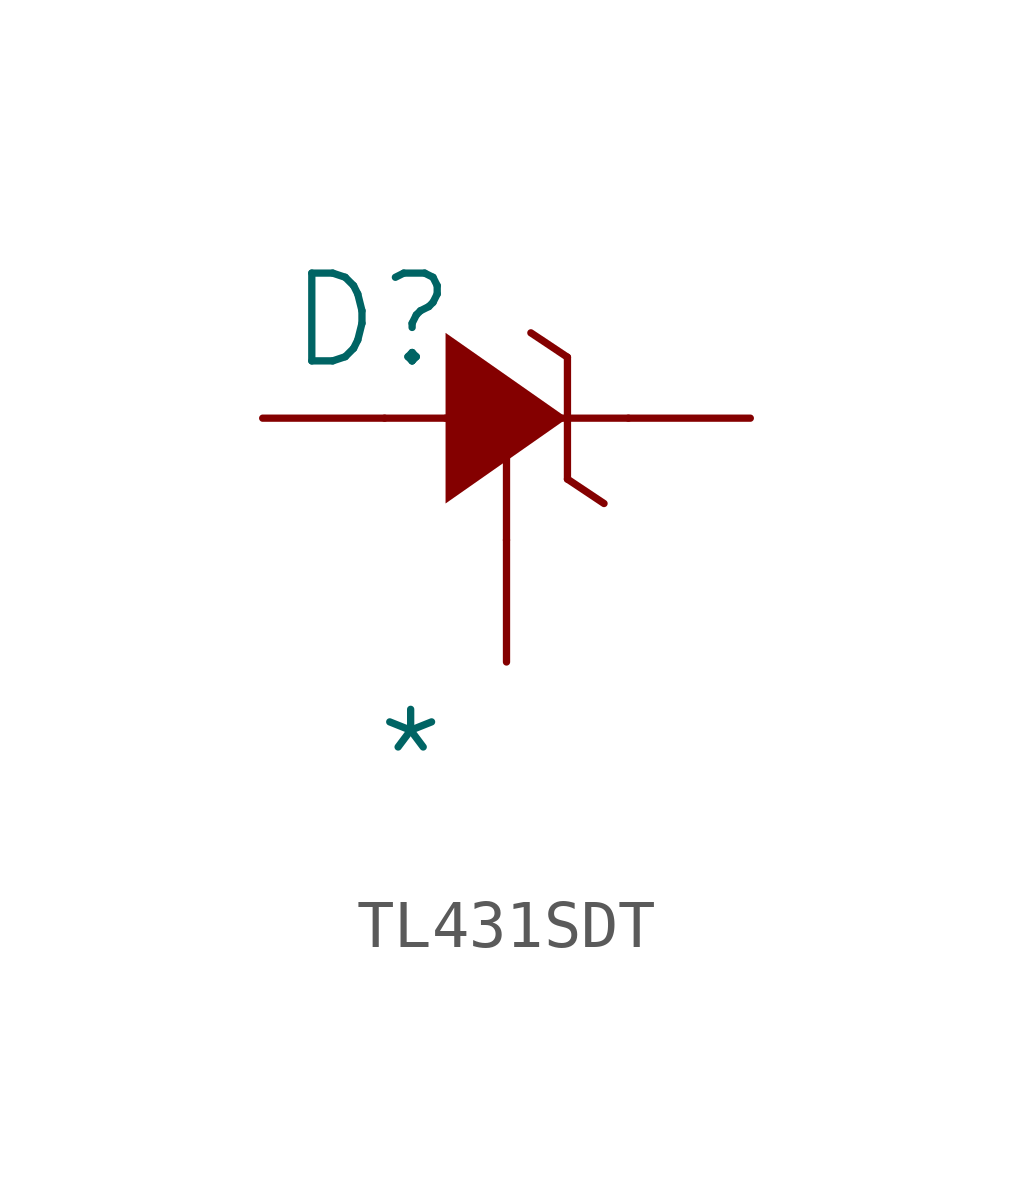
<source format=kicad_sym>
(kicad_symbol_lib
  (version 20241209)
  (generator "kicad_symbol_editor")
  (generator_version "9.0")
  (symbol "TL431SDT"
    (pin_numbers
      (hide yes))
    (pin_names
      (hide yes))
    (property "Reference" "D"
      (at -0.254 -0.508 0)
      (effects (font (size 1.829 1.829))))
    (property "Value" "*"
      (at -0.254 -10.668 0)
      (effects (font (size 1.829 1.829)) (justify left bottom)))
    (symbol "TL431SDT_1_0"
      (polyline (pts (xy 0 -2.54) (xy 2.54 -2.54)) (stroke (width 0) (type solid)) (fill (type none)))
      (polyline (pts (xy 1.27 -2.54) (xy 5.08 -2.54)) (stroke (width 0) (type solid)) (fill (type none)))
      (polyline (pts (xy 2.54 -2.54) (xy 2.54 -5.08)) (stroke (width 0) (type solid)) (fill (type none)))
      (polyline (pts (xy 3.048 -0.762) (xy 3.81 -1.27)) (stroke (width 0) (type solid)) (fill (type none)))
      (polyline (pts (xy 3.81 -1.27) (xy 3.81 -3.81)) (stroke (width 0) (type solid)) (fill (type none)))
      (polyline (pts (xy 3.81 -2.54) (xy 3.81 -2.54) (xy 1.27 -4.318) (xy 1.27 -0.762) (xy 3.81 -2.54) (xy 3.81 -2.54)) (stroke (width -0.0001) (type solid)) (fill (type outline)))
      (polyline (pts (xy 3.81 -3.81) (xy 4.572 -4.318)) (stroke (width 0) (type solid)) (fill (type none)))
      (pin passive line (at -2.54 -2.54 0) (length 2.54) (name "A" (effects (font (size 1.27 1.27)))) (number "A" (effects (font (size 1.27 1.27)))))
      (pin passive line (at 2.54 -7.62 90) (length 2.54) (name "REF" (effects (font (size 1.27 1.27)))) (number "REF" (effects (font (size 1.27 1.27)))))
      (pin passive line (at 7.62 -2.54 180) (length 2.54) (name "C" (effects (font (size 1.27 1.27)))) (number "C" (effects (font (size 1.27 1.27))))))))
</source>
